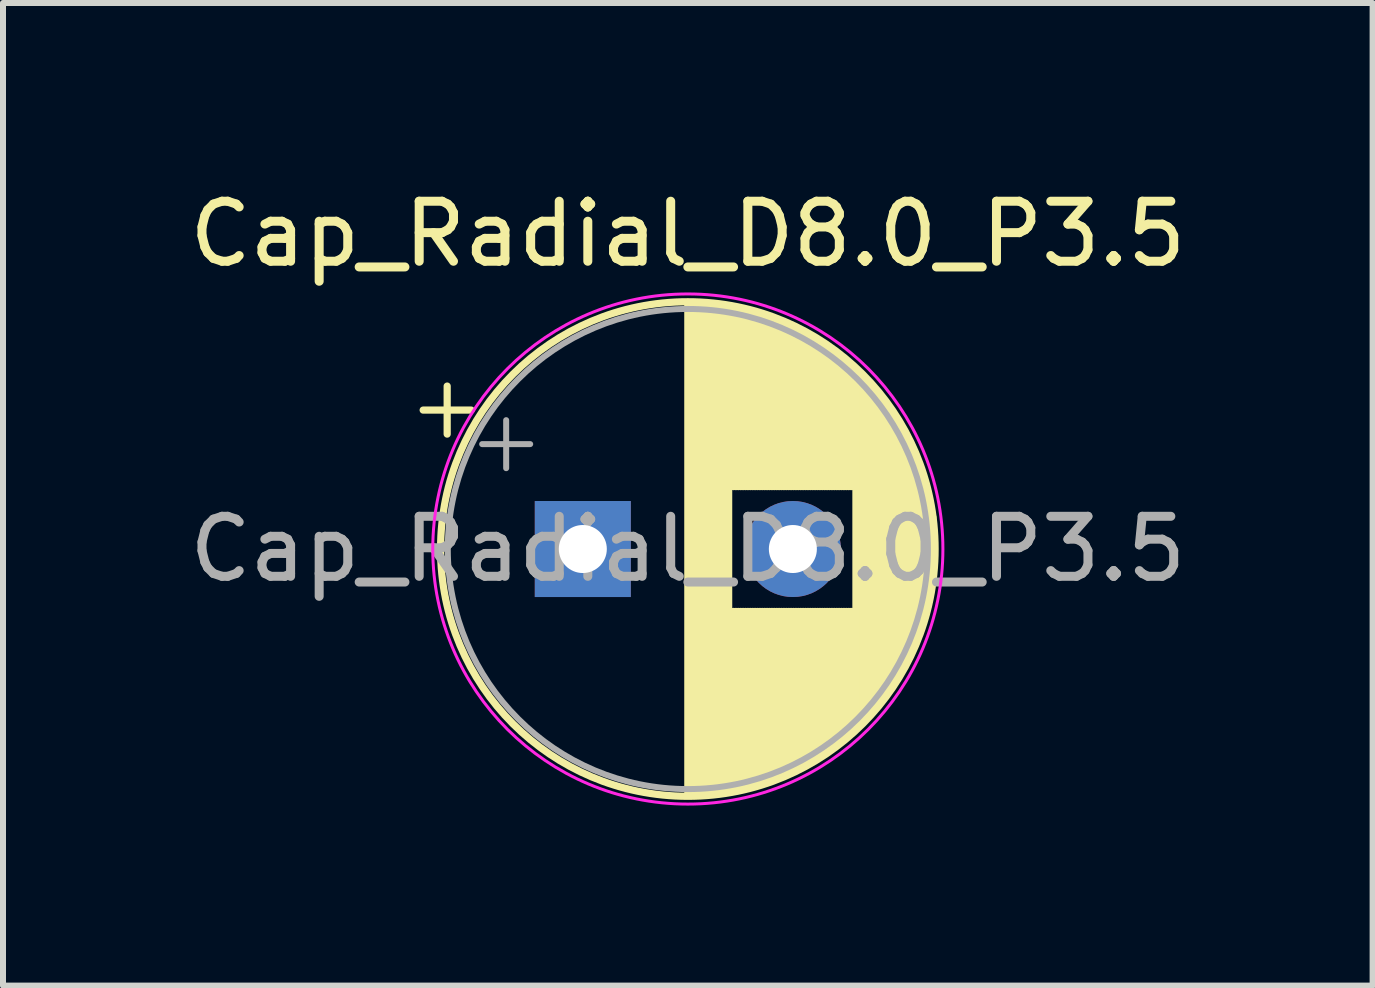
<source format=kicad_pcb>
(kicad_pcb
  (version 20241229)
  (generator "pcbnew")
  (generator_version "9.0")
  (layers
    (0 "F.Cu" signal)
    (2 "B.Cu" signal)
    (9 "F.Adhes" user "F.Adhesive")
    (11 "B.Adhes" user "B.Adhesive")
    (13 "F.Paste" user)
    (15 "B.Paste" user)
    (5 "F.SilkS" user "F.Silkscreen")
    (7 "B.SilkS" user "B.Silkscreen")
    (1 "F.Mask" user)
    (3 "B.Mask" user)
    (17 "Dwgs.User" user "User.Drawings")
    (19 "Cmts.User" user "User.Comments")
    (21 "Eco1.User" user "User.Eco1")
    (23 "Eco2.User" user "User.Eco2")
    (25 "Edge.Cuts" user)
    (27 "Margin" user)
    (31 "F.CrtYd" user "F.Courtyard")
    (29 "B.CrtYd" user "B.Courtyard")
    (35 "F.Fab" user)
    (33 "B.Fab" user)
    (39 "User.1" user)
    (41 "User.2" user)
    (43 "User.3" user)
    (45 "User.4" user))
  (footprint "Cap_Radial_D8.0_P3.5"
    (layer "F.Cu")
    (at 6.661 6.098)
    (property "Reference" "Cap_Radial_D8.0_P3.5" (at 1.75 -5.25 0) (layer "F.SilkS") (effects (font (size 1 1) (thickness 0.15))))
    (fp_line (start -2.66 -2.315) (end -1.86 -2.315) (stroke (width 0.12) (type solid)) (layer "F.SilkS"))
    (fp_line (start -2.26 -2.715) (end -2.26 -1.915) (stroke (width 0.12) (type solid)) (layer "F.SilkS"))
    (fp_line (start 1.75 -4.08) (end 1.75 4.08) (stroke (width 0.12) (type solid)) (layer "F.SilkS"))
    (fp_line (start 1.79 -4.08) (end 1.79 4.08) (stroke (width 0.12) (type solid)) (layer "F.SilkS"))
    (fp_line (start 1.83 -4.08) (end 1.83 4.08) (stroke (width 0.12) (type solid)) (layer "F.SilkS"))
    (fp_line (start 1.87 -4.079) (end 1.87 4.079) (stroke (width 0.12) (type solid)) (layer "F.SilkS"))
    (fp_line (start 1.91 -4.077) (end 1.91 4.077) (stroke (width 0.12) (type solid)) (layer "F.SilkS"))
    (fp_line (start 1.95 -4.076) (end 1.95 4.076) (stroke (width 0.12) (type solid)) (layer "F.SilkS"))
    (fp_line (start 1.99 -4.074) (end 1.99 4.074) (stroke (width 0.12) (type solid)) (layer "F.SilkS"))
    (fp_line (start 2.03 -4.071) (end 2.03 4.071) (stroke (width 0.12) (type solid)) (layer "F.SilkS"))
    (fp_line (start 2.07 -4.068) (end 2.07 4.068) (stroke (width 0.12) (type solid)) (layer "F.SilkS"))
    (fp_line (start 2.11 -4.065) (end 2.11 4.065) (stroke (width 0.12) (type solid)) (layer "F.SilkS"))
    (fp_line (start 2.15 -4.061) (end 2.15 4.061) (stroke (width 0.12) (type solid)) (layer "F.SilkS"))
    (fp_line (start 2.19 -4.057) (end 2.19 4.057) (stroke (width 0.12) (type solid)) (layer "F.SilkS"))
    (fp_line (start 2.23 -4.052) (end 2.23 4.052) (stroke (width 0.12) (type solid)) (layer "F.SilkS"))
    (fp_line (start 2.27 -4.048) (end 2.27 4.048) (stroke (width 0.12) (type solid)) (layer "F.SilkS"))
    (fp_line (start 2.31 -4.042) (end 2.31 4.042) (stroke (width 0.12) (type solid)) (layer "F.SilkS"))
    (fp_line (start 2.35 -4.037) (end 2.35 4.037) (stroke (width 0.12) (type solid)) (layer "F.SilkS"))
    (fp_line (start 2.39 -4.03) (end 2.39 4.03) (stroke (width 0.12) (type solid)) (layer "F.SilkS"))
    (fp_line (start 2.43 -4.024) (end 2.43 4.024) (stroke (width 0.12) (type solid)) (layer "F.SilkS"))
    (fp_line (start 2.471 -4.017) (end 2.471 -1.04) (stroke (width 0.12) (type solid)) (layer "F.SilkS"))
    (fp_line (start 2.471 1.04) (end 2.471 4.017) (stroke (width 0.12) (type solid)) (layer "F.SilkS"))
    (fp_line (start 2.511 -4.01) (end 2.511 -1.04) (stroke (width 0.12) (type solid)) (layer "F.SilkS"))
    (fp_line (start 2.511 1.04) (end 2.511 4.01) (stroke (width 0.12) (type solid)) (layer "F.SilkS"))
    (fp_line (start 2.551 -4.002) (end 2.551 -1.04) (stroke (width 0.12) (type solid)) (layer "F.SilkS"))
    (fp_line (start 2.551 1.04) (end 2.551 4.002) (stroke (width 0.12) (type solid)) (layer "F.SilkS"))
    (fp_line (start 2.591 -3.994) (end 2.591 -1.04) (stroke (width 0.12) (type solid)) (layer "F.SilkS"))
    (fp_line (start 2.591 1.04) (end 2.591 3.994) (stroke (width 0.12) (type solid)) (layer "F.SilkS"))
    (fp_line (start 2.631 -3.985) (end 2.631 -1.04) (stroke (width 0.12) (type solid)) (layer "F.SilkS"))
    (fp_line (start 2.631 1.04) (end 2.631 3.985) (stroke (width 0.12) (type solid)) (layer "F.SilkS"))
    (fp_line (start 2.671 -3.976) (end 2.671 -1.04) (stroke (width 0.12) (type solid)) (layer "F.SilkS"))
    (fp_line (start 2.671 1.04) (end 2.671 3.976) (stroke (width 0.12) (type solid)) (layer "F.SilkS"))
    (fp_line (start 2.711 -3.967) (end 2.711 -1.04) (stroke (width 0.12) (type solid)) (layer "F.SilkS"))
    (fp_line (start 2.711 1.04) (end 2.711 3.967) (stroke (width 0.12) (type solid)) (layer "F.SilkS"))
    (fp_line (start 2.751 -3.957) (end 2.751 -1.04) (stroke (width 0.12) (type solid)) (layer "F.SilkS"))
    (fp_line (start 2.751 1.04) (end 2.751 3.957) (stroke (width 0.12) (type solid)) (layer "F.SilkS"))
    (fp_line (start 2.791 -3.947) (end 2.791 -1.04) (stroke (width 0.12) (type solid)) (layer "F.SilkS"))
    (fp_line (start 2.791 1.04) (end 2.791 3.947) (stroke (width 0.12) (type solid)) (layer "F.SilkS"))
    (fp_line (start 2.831 -3.936) (end 2.831 -1.04) (stroke (width 0.12) (type solid)) (layer "F.SilkS"))
    (fp_line (start 2.831 1.04) (end 2.831 3.936) (stroke (width 0.12) (type solid)) (layer "F.SilkS"))
    (fp_line (start 2.871 -3.925) (end 2.871 -1.04) (stroke (width 0.12) (type solid)) (layer "F.SilkS"))
    (fp_line (start 2.871 1.04) (end 2.871 3.925) (stroke (width 0.12) (type solid)) (layer "F.SilkS"))
    (fp_line (start 2.911 -3.914) (end 2.911 -1.04) (stroke (width 0.12) (type solid)) (layer "F.SilkS"))
    (fp_line (start 2.911 1.04) (end 2.911 3.914) (stroke (width 0.12) (type solid)) (layer "F.SilkS"))
    (fp_line (start 2.951 -3.902) (end 2.951 -1.04) (stroke (width 0.12) (type solid)) (layer "F.SilkS"))
    (fp_line (start 2.951 1.04) (end 2.951 3.902) (stroke (width 0.12) (type solid)) (layer "F.SilkS"))
    (fp_line (start 2.991 -3.889) (end 2.991 -1.04) (stroke (width 0.12) (type solid)) (layer "F.SilkS"))
    (fp_line (start 2.991 1.04) (end 2.991 3.889) (stroke (width 0.12) (type solid)) (layer "F.SilkS"))
    (fp_line (start 3.031 -3.877) (end 3.031 -1.04) (stroke (width 0.12) (type solid)) (layer "F.SilkS"))
    (fp_line (start 3.031 1.04) (end 3.031 3.877) (stroke (width 0.12) (type solid)) (layer "F.SilkS"))
    (fp_line (start 3.071 -3.863) (end 3.071 -1.04) (stroke (width 0.12) (type solid)) (layer "F.SilkS"))
    (fp_line (start 3.071 1.04) (end 3.071 3.863) (stroke (width 0.12) (type solid)) (layer "F.SilkS"))
    (fp_line (start 3.111 -3.85) (end 3.111 -1.04) (stroke (width 0.12) (type solid)) (layer "F.SilkS"))
    (fp_line (start 3.111 1.04) (end 3.111 3.85) (stroke (width 0.12) (type solid)) (layer "F.SilkS"))
    (fp_line (start 3.151 -3.835) (end 3.151 -1.04) (stroke (width 0.12) (type solid)) (layer "F.SilkS"))
    (fp_line (start 3.151 1.04) (end 3.151 3.835) (stroke (width 0.12) (type solid)) (layer "F.SilkS"))
    (fp_line (start 3.191 -3.821) (end 3.191 -1.04) (stroke (width 0.12) (type solid)) (layer "F.SilkS"))
    (fp_line (start 3.191 1.04) (end 3.191 3.821) (stroke (width 0.12) (type solid)) (layer "F.SilkS"))
    (fp_line (start 3.231 -3.805) (end 3.231 -1.04) (stroke (width 0.12) (type solid)) (layer "F.SilkS"))
    (fp_line (start 3.231 1.04) (end 3.231 3.805) (stroke (width 0.12) (type solid)) (layer "F.SilkS"))
    (fp_line (start 3.271 -3.79) (end 3.271 -1.04) (stroke (width 0.12) (type solid)) (layer "F.SilkS"))
    (fp_line (start 3.271 1.04) (end 3.271 3.79) (stroke (width 0.12) (type solid)) (layer "F.SilkS"))
    (fp_line (start 3.311 -3.774) (end 3.311 -1.04) (stroke (width 0.12) (type solid)) (layer "F.SilkS"))
    (fp_line (start 3.311 1.04) (end 3.311 3.774) (stroke (width 0.12) (type solid)) (layer "F.SilkS"))
    (fp_line (start 3.351 -3.757) (end 3.351 -1.04) (stroke (width 0.12) (type solid)) (layer "F.SilkS"))
    (fp_line (start 3.351 1.04) (end 3.351 3.757) (stroke (width 0.12) (type solid)) (layer "F.SilkS"))
    (fp_line (start 3.391 -3.74) (end 3.391 -1.04) (stroke (width 0.12) (type solid)) (layer "F.SilkS"))
    (fp_line (start 3.391 1.04) (end 3.391 3.74) (stroke (width 0.12) (type solid)) (layer "F.SilkS"))
    (fp_line (start 3.431 -3.722) (end 3.431 -1.04) (stroke (width 0.12) (type solid)) (layer "F.SilkS"))
    (fp_line (start 3.431 1.04) (end 3.431 3.722) (stroke (width 0.12) (type solid)) (layer "F.SilkS"))
    (fp_line (start 3.471 -3.704) (end 3.471 -1.04) (stroke (width 0.12) (type solid)) (layer "F.SilkS"))
    (fp_line (start 3.471 1.04) (end 3.471 3.704) (stroke (width 0.12) (type solid)) (layer "F.SilkS"))
    (fp_line (start 3.511 -3.686) (end 3.511 -1.04) (stroke (width 0.12) (type solid)) (layer "F.SilkS"))
    (fp_line (start 3.511 1.04) (end 3.511 3.686) (stroke (width 0.12) (type solid)) (layer "F.SilkS"))
    (fp_line (start 3.551 -3.666) (end 3.551 -1.04) (stroke (width 0.12) (type solid)) (layer "F.SilkS"))
    (fp_line (start 3.551 1.04) (end 3.551 3.666) (stroke (width 0.12) (type solid)) (layer "F.SilkS"))
    (fp_line (start 3.591 -3.647) (end 3.591 -1.04) (stroke (width 0.12) (type solid)) (layer "F.SilkS"))
    (fp_line (start 3.591 1.04) (end 3.591 3.647) (stroke (width 0.12) (type solid)) (layer "F.SilkS"))
    (fp_line (start 3.631 -3.627) (end 3.631 -1.04) (stroke (width 0.12) (type solid)) (layer "F.SilkS"))
    (fp_line (start 3.631 1.04) (end 3.631 3.627) (stroke (width 0.12) (type solid)) (layer "F.SilkS"))
    (fp_line (start 3.671 -3.606) (end 3.671 -1.04) (stroke (width 0.12) (type solid)) (layer "F.SilkS"))
    (fp_line (start 3.671 1.04) (end 3.671 3.606) (stroke (width 0.12) (type solid)) (layer "F.SilkS"))
    (fp_line (start 3.711 -3.584) (end 3.711 -1.04) (stroke (width 0.12) (type solid)) (layer "F.SilkS"))
    (fp_line (start 3.711 1.04) (end 3.711 3.584) (stroke (width 0.12) (type solid)) (layer "F.SilkS"))
    (fp_line (start 3.751 -3.562) (end 3.751 -1.04) (stroke (width 0.12) (type solid)) (layer "F.SilkS"))
    (fp_line (start 3.751 1.04) (end 3.751 3.562) (stroke (width 0.12) (type solid)) (layer "F.SilkS"))
    (fp_line (start 3.791 -3.54) (end 3.791 -1.04) (stroke (width 0.12) (type solid)) (layer "F.SilkS"))
    (fp_line (start 3.791 1.04) (end 3.791 3.54) (stroke (width 0.12) (type solid)) (layer "F.SilkS"))
    (fp_line (start 3.831 -3.517) (end 3.831 -1.04) (stroke (width 0.12) (type solid)) (layer "F.SilkS"))
    (fp_line (start 3.831 1.04) (end 3.831 3.517) (stroke (width 0.12) (type solid)) (layer "F.SilkS"))
    (fp_line (start 3.871 -3.493) (end 3.871 -1.04) (stroke (width 0.12) (type solid)) (layer "F.SilkS"))
    (fp_line (start 3.871 1.04) (end 3.871 3.493) (stroke (width 0.12) (type solid)) (layer "F.SilkS"))
    (fp_line (start 3.911 -3.469) (end 3.911 -1.04) (stroke (width 0.12) (type solid)) (layer "F.SilkS"))
    (fp_line (start 3.911 1.04) (end 3.911 3.469) (stroke (width 0.12) (type solid)) (layer "F.SilkS"))
    (fp_line (start 3.951 -3.444) (end 3.951 -1.04) (stroke (width 0.12) (type solid)) (layer "F.SilkS"))
    (fp_line (start 3.951 1.04) (end 3.951 3.444) (stroke (width 0.12) (type solid)) (layer "F.SilkS"))
    (fp_line (start 3.991 -3.418) (end 3.991 -1.04) (stroke (width 0.12) (type solid)) (layer "F.SilkS"))
    (fp_line (start 3.991 1.04) (end 3.991 3.418) (stroke (width 0.12) (type solid)) (layer "F.SilkS"))
    (fp_line (start 4.031 -3.392) (end 4.031 -1.04) (stroke (width 0.12) (type solid)) (layer "F.SilkS"))
    (fp_line (start 4.031 1.04) (end 4.031 3.392) (stroke (width 0.12) (type solid)) (layer "F.SilkS"))
    (fp_line (start 4.071 -3.365) (end 4.071 -1.04) (stroke (width 0.12) (type solid)) (layer "F.SilkS"))
    (fp_line (start 4.071 1.04) (end 4.071 3.365) (stroke (width 0.12) (type solid)) (layer "F.SilkS"))
    (fp_line (start 4.111 -3.338) (end 4.111 -1.04) (stroke (width 0.12) (type solid)) (layer "F.SilkS"))
    (fp_line (start 4.111 1.04) (end 4.111 3.338) (stroke (width 0.12) (type solid)) (layer "F.SilkS"))
    (fp_line (start 4.151 -3.309) (end 4.151 -1.04) (stroke (width 0.12) (type solid)) (layer "F.SilkS"))
    (fp_line (start 4.151 1.04) (end 4.151 3.309) (stroke (width 0.12) (type solid)) (layer "F.SilkS"))
    (fp_line (start 4.191 -3.28) (end 4.191 -1.04) (stroke (width 0.12) (type solid)) (layer "F.SilkS"))
    (fp_line (start 4.191 1.04) (end 4.191 3.28) (stroke (width 0.12) (type solid)) (layer "F.SilkS"))
    (fp_line (start 4.231 -3.25) (end 4.231 -1.04) (stroke (width 0.12) (type solid)) (layer "F.SilkS"))
    (fp_line (start 4.231 1.04) (end 4.231 3.25) (stroke (width 0.12) (type solid)) (layer "F.SilkS"))
    (fp_line (start 4.271 -3.22) (end 4.271 -1.04) (stroke (width 0.12) (type solid)) (layer "F.SilkS"))
    (fp_line (start 4.271 1.04) (end 4.271 3.22) (stroke (width 0.12) (type solid)) (layer "F.SilkS"))
    (fp_line (start 4.311 -3.189) (end 4.311 -1.04) (stroke (width 0.12) (type solid)) (layer "F.SilkS"))
    (fp_line (start 4.311 1.04) (end 4.311 3.189) (stroke (width 0.12) (type solid)) (layer "F.SilkS"))
    (fp_line (start 4.351 -3.156) (end 4.351 -1.04) (stroke (width 0.12) (type solid)) (layer "F.SilkS"))
    (fp_line (start 4.351 1.04) (end 4.351 3.156) (stroke (width 0.12) (type solid)) (layer "F.SilkS"))
    (fp_line (start 4.391 -3.124) (end 4.391 -1.04) (stroke (width 0.12) (type solid)) (layer "F.SilkS"))
    (fp_line (start 4.391 1.04) (end 4.391 3.124) (stroke (width 0.12) (type solid)) (layer "F.SilkS"))
    (fp_line (start 4.431 -3.09) (end 4.431 -1.04) (stroke (width 0.12) (type solid)) (layer "F.SilkS"))
    (fp_line (start 4.431 1.04) (end 4.431 3.09) (stroke (width 0.12) (type solid)) (layer "F.SilkS"))
    (fp_line (start 4.471 -3.055) (end 4.471 -1.04) (stroke (width 0.12) (type solid)) (layer "F.SilkS"))
    (fp_line (start 4.471 1.04) (end 4.471 3.055) (stroke (width 0.12) (type solid)) (layer "F.SilkS"))
    (fp_line (start 4.511 -3.019) (end 4.511 -1.04) (stroke (width 0.12) (type solid)) (layer "F.SilkS"))
    (fp_line (start 4.511 1.04) (end 4.511 3.019) (stroke (width 0.12) (type solid)) (layer "F.SilkS"))
    (fp_line (start 4.551 -2.983) (end 4.551 2.983) (stroke (width 0.12) (type solid)) (layer "F.SilkS"))
    (fp_line (start 4.591 -2.945) (end 4.591 2.945) (stroke (width 0.12) (type solid)) (layer "F.SilkS"))
    (fp_line (start 4.631 -2.907) (end 4.631 2.907) (stroke (width 0.12) (type solid)) (layer "F.SilkS"))
    (fp_line (start 4.671 -2.867) (end 4.671 2.867) (stroke (width 0.12) (type solid)) (layer "F.SilkS"))
    (fp_line (start 4.711 -2.826) (end 4.711 2.826) (stroke (width 0.12) (type solid)) (layer "F.SilkS"))
    (fp_line (start 4.751 -2.784) (end 4.751 2.784) (stroke (width 0.12) (type solid)) (layer "F.SilkS"))
    (fp_line (start 4.791 -2.741) (end 4.791 2.741) (stroke (width 0.12) (type solid)) (layer "F.SilkS"))
    (fp_line (start 4.831 -2.697) (end 4.831 2.697) (stroke (width 0.12) (type solid)) (layer "F.SilkS"))
    (fp_line (start 4.871 -2.651) (end 4.871 2.651) (stroke (width 0.12) (type solid)) (layer "F.SilkS"))
    (fp_line (start 4.911 -2.604) (end 4.911 2.604) (stroke (width 0.12) (type solid)) (layer "F.SilkS"))
    (fp_line (start 4.951 -2.556) (end 4.951 2.556) (stroke (width 0.12) (type solid)) (layer "F.SilkS"))
    (fp_line (start 4.991 -2.505) (end 4.991 2.505) (stroke (width 0.12) (type solid)) (layer "F.SilkS"))
    (fp_line (start 5.031 -2.454) (end 5.031 2.454) (stroke (width 0.12) (type solid)) (layer "F.SilkS"))
    (fp_line (start 5.071 -2.4) (end 5.071 2.4) (stroke (width 0.12) (type solid)) (layer "F.SilkS"))
    (fp_line (start 5.111 -2.345) (end 5.111 2.345) (stroke (width 0.12) (type solid)) (layer "F.SilkS"))
    (fp_line (start 5.151 -2.287) (end 5.151 2.287) (stroke (width 0.12) (type solid)) (layer "F.SilkS"))
    (fp_line (start 5.191 -2.228) (end 5.191 2.228) (stroke (width 0.12) (type solid)) (layer "F.SilkS"))
    (fp_line (start 5.231 -2.166) (end 5.231 2.166) (stroke (width 0.12) (type solid)) (layer "F.SilkS"))
    (fp_line (start 5.271 -2.102) (end 5.271 2.102) (stroke (width 0.12) (type solid)) (layer "F.SilkS"))
    (fp_line (start 5.311 -2.034) (end 5.311 2.034) (stroke (width 0.12) (type solid)) (layer "F.SilkS"))
    (fp_line (start 5.351 -1.964) (end 5.351 1.964) (stroke (width 0.12) (type solid)) (layer "F.SilkS"))
    (fp_line (start 5.391 -1.89) (end 5.391 1.89) (stroke (width 0.12) (type solid)) (layer "F.SilkS"))
    (fp_line (start 5.431 -1.813) (end 5.431 1.813) (stroke (width 0.12) (type solid)) (layer "F.SilkS"))
    (fp_line (start 5.471 -1.731) (end 5.471 1.731) (stroke (width 0.12) (type solid)) (layer "F.SilkS"))
    (fp_line (start 5.511 -1.645) (end 5.511 1.645) (stroke (width 0.12) (type solid)) (layer "F.SilkS"))
    (fp_line (start 5.551 -1.552) (end 5.551 1.552) (stroke (width 0.12) (type solid)) (layer "F.SilkS"))
    (fp_line (start 5.591 -1.453) (end 5.591 1.453) (stroke (width 0.12) (type solid)) (layer "F.SilkS"))
    (fp_line (start 5.631 -1.346) (end 5.631 1.346) (stroke (width 0.12) (type solid)) (layer "F.SilkS"))
    (fp_line (start 5.671 -1.229) (end 5.671 1.229) (stroke (width 0.12) (type solid)) (layer "F.SilkS"))
    (fp_line (start 5.711 -1.098) (end 5.711 1.098) (stroke (width 0.12) (type solid)) (layer "F.SilkS"))
    (fp_line (start 5.751 -0.948) (end 5.751 0.948) (stroke (width 0.12) (type solid)) (layer "F.SilkS"))
    (fp_line (start 5.791 -0.768) (end 5.791 0.768) (stroke (width 0.12) (type solid)) (layer "F.SilkS"))
    (fp_line (start 5.831 -0.533) (end 5.831 0.533) (stroke (width 0.12) (type solid)) (layer "F.SilkS"))
    (fp_circle (center 1.75 0) (end 5.87 0) (stroke (width 0.12) (type solid)) (fill no) (layer "F.SilkS"))
    (fp_circle (center 1.75 0) (end 6 0) (stroke (width 0.05) (type solid)) (fill no) (layer "F.CrtYd"))
    (fp_line (start -1.677 -1.748) (end -0.877 -1.748) (stroke (width 0.1) (type solid)) (layer "F.Fab"))
    (fp_line (start -1.277 -2.147) (end -1.277 -1.347) (stroke (width 0.1) (type solid)) (layer "F.Fab"))
    (fp_circle (center 1.75 0) (end 5.75 0) (stroke (width 0.1) (type solid)) (fill no) (layer "F.Fab"))
    (fp_text user "${REFERENCE}" (at 1.75 0 0) (layer "F.Fab") (effects (font (size 1 1) (thickness 0.15))))
    (pad "1" thru_hole rect (at 0 0) (size 1.6 1.6) (drill 0.8) (layers "*.Cu" "*.Mask"))
    (pad "2" thru_hole circle (at 3.5 0) (size 1.6 1.6) (drill 0.8) (layers "*.Cu" "*.Mask")))
  (gr_rect
    (start -3 -3)
    (end 19.821 13.373)
    (stroke (width 0.1) (type default))
    (fill no)
    (layer "Edge.Cuts")))
</source>
